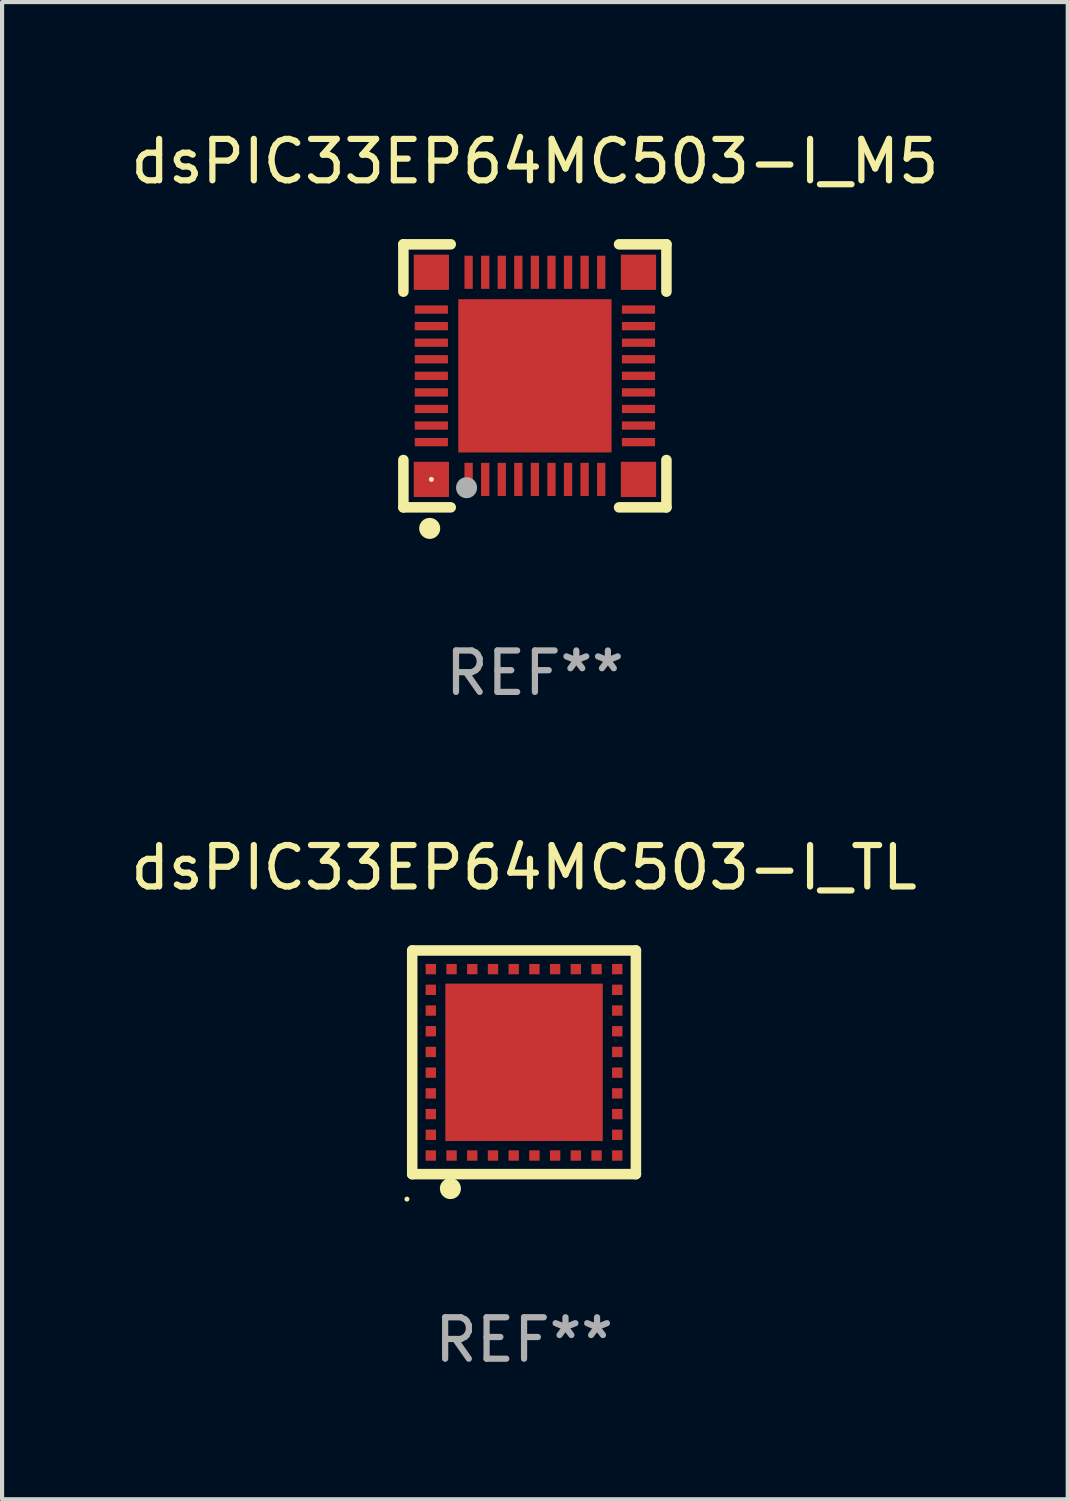
<source format=kicad_pcb>
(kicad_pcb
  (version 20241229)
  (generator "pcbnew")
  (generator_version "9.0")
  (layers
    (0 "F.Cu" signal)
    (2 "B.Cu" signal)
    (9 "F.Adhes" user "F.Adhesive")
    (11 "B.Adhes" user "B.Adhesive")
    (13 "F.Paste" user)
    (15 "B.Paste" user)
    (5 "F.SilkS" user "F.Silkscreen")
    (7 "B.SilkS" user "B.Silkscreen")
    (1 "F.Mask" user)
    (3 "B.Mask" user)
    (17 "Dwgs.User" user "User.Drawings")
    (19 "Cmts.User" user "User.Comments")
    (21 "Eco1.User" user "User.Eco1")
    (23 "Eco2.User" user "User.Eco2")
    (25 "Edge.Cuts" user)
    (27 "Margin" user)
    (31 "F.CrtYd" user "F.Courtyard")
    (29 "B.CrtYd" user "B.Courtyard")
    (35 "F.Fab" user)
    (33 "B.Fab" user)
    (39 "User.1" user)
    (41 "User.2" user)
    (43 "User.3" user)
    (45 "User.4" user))
  (footprint "dsPIC33EP64MC503-I_TL"
    (layer "F.Cu")
    (at 9.601 22.595)
    (property "Reference" "dsPIC33EP64MC503-I_TL" (at 0 -4.7 0) (layer "F.SilkS") (effects (font (size 1 1) (thickness 0.15))))
    (attr through_hole)
    (fp_line (start -2.7 -2.7) (end 2.7 -2.7) (stroke (width 0.254) (type solid)) (layer "F.SilkS"))
    (fp_line (start -2.7 2.7) (end -2.7 -2.7) (stroke (width 0.254) (type solid)) (layer "F.SilkS"))
    (fp_line (start 2.7 -2.7) (end 2.7 2.7) (stroke (width 0.254) (type solid)) (layer "F.SilkS"))
    (fp_line (start 2.7 2.7) (end -2.7 2.7) (stroke (width 0.254) (type solid)) (layer "F.SilkS"))
    (fp_circle (center -2.827 3.302) (end -2.797 3.302) (stroke (width 0.06) (type solid)) (fill no) (layer "F.SilkS"))
    (fp_circle (center -1.778 3.048) (end -1.651 3.048) (stroke (width 0.254) (type solid)) (fill no) (layer "F.SilkS"))
    (fp_text user "REF**" (at 0 6.7 0) (layer "F.Fab") (effects (font (size 1 1) (thickness 0.15))))
    (pad "1" smd rect (at -1.75 2.25) (size 0.25 0.25) (layers "F.Cu" "F.Mask" "F.Paste"))
    (pad "2" smd rect (at -1.25 2.25) (size 0.25 0.25) (layers "F.Cu" "F.Mask" "F.Paste"))
    (pad "3" smd rect (at -0.75 2.25) (size 0.25 0.25) (layers "F.Cu" "F.Mask" "F.Paste"))
    (pad "4" smd rect (at -0.25 2.25) (size 0.25 0.25) (layers "F.Cu" "F.Mask" "F.Paste"))
    (pad "5" smd rect (at 0.25 2.25) (size 0.25 0.25) (layers "F.Cu" "F.Mask" "F.Paste"))
    (pad "6" smd rect (at 0.75 2.25) (size 0.25 0.25) (layers "F.Cu" "F.Mask" "F.Paste"))
    (pad "7" smd rect (at 1.25 2.25) (size 0.25 0.25) (layers "F.Cu" "F.Mask" "F.Paste"))
    (pad "8" smd rect (at 1.75 2.25) (size 0.25 0.25) (layers "F.Cu" "F.Mask" "F.Paste"))
    (pad "9" smd rect (at 2.25 2.25) (size 0.25 0.25) (layers "F.Cu" "F.Mask" "F.Paste"))
    (pad "10" smd rect (at 2.25 1.75) (size 0.25 0.25) (layers "F.Cu" "F.Mask" "F.Paste"))
    (pad "11" smd rect (at 2.25 1.25) (size 0.25 0.25) (layers "F.Cu" "F.Mask" "F.Paste"))
    (pad "12" smd rect (at 2.25 0.75) (size 0.25 0.25) (layers "F.Cu" "F.Mask" "F.Paste"))
    (pad "13" smd rect (at 2.25 0.25) (size 0.25 0.25) (layers "F.Cu" "F.Mask" "F.Paste"))
    (pad "14" smd rect (at 2.25 -0.25) (size 0.25 0.25) (layers "F.Cu" "F.Mask" "F.Paste"))
    (pad "15" smd rect (at 2.25 -0.75) (size 0.25 0.25) (layers "F.Cu" "F.Mask" "F.Paste"))
    (pad "16" smd rect (at 2.25 -1.25) (size 0.25 0.25) (layers "F.Cu" "F.Mask" "F.Paste"))
    (pad "17" smd rect (at 2.25 -1.75) (size 0.25 0.25) (layers "F.Cu" "F.Mask" "F.Paste"))
    (pad "18" smd rect (at 2.25 -2.25) (size 0.25 0.25) (layers "F.Cu" "F.Mask" "F.Paste"))
    (pad "19" smd rect (at 1.75 -2.25) (size 0.25 0.25) (layers "F.Cu" "F.Mask" "F.Paste"))
    (pad "20" smd rect (at 1.25 -2.25) (size 0.25 0.25) (layers "F.Cu" "F.Mask" "F.Paste"))
    (pad "21" smd rect (at 0.75 -2.25) (size 0.25 0.25) (layers "F.Cu" "F.Mask" "F.Paste"))
    (pad "22" smd rect (at 0.25 -2.25) (size 0.25 0.25) (layers "F.Cu" "F.Mask" "F.Paste"))
    (pad "23" smd rect (at -0.25 -2.25) (size 0.25 0.25) (layers "F.Cu" "F.Mask" "F.Paste"))
    (pad "24" smd rect (at -0.75 -2.25) (size 0.25 0.25) (layers "F.Cu" "F.Mask" "F.Paste"))
    (pad "25" smd rect (at -1.25 -2.25) (size 0.25 0.25) (layers "F.Cu" "F.Mask" "F.Paste"))
    (pad "26" smd rect (at -1.75 -2.25) (size 0.25 0.25) (layers "F.Cu" "F.Mask" "F.Paste"))
    (pad "27" smd rect (at -2.25 -2.25) (size 0.25 0.25) (layers "F.Cu" "F.Mask" "F.Paste"))
    (pad "28" smd rect (at -2.25 -1.75) (size 0.25 0.25) (layers "F.Cu" "F.Mask" "F.Paste"))
    (pad "29" smd rect (at -2.25 -1.25) (size 0.25 0.25) (layers "F.Cu" "F.Mask" "F.Paste"))
    (pad "30" smd rect (at -2.25 -0.75) (size 0.25 0.25) (layers "F.Cu" "F.Mask" "F.Paste"))
    (pad "31" smd rect (at -2.25 -0.25) (size 0.25 0.25) (layers "F.Cu" "F.Mask" "F.Paste"))
    (pad "32" smd rect (at -2.25 0.25) (size 0.25 0.25) (layers "F.Cu" "F.Mask" "F.Paste"))
    (pad "33" smd rect (at -2.25 0.75) (size 0.25 0.25) (layers "F.Cu" "F.Mask" "F.Paste"))
    (pad "34" smd rect (at -2.25 1.25) (size 0.25 0.25) (layers "F.Cu" "F.Mask" "F.Paste"))
    (pad "35" smd rect (at -2.25 1.75) (size 0.25 0.25) (layers "F.Cu" "F.Mask" "F.Paste"))
    (pad "36" smd rect (at -2.25 2.25) (size 0.25 0.25) (layers "F.Cu" "F.Mask" "F.Paste"))
    (pad "37" smd rect (at 0.000127 -0.000076) (size 3.8 3.8) (layers "F.Cu" "F.Mask" "F.Paste")))
  (footprint "dsPIC33EP64MC503-I_M5"
    (layer "F.Cu")
    (at 9.863 6.023)
    (property "Reference" "dsPIC33EP64MC503-I_M5" (at 0 -5.175 0) (layer "F.SilkS") (effects (font (size 1 1) (thickness 0.15))))
    (attr through_hole)
    (fp_line (start -3.175 -3.175) (end -2.032 -3.175) (stroke (width 0.254) (type solid)) (layer "F.SilkS"))
    (fp_line (start -3.175 -2.032) (end -3.175 -3.175) (stroke (width 0.254) (type solid)) (layer "F.SilkS"))
    (fp_line (start -3.175 3.175) (end -3.175 2.032) (stroke (width 0.254) (type solid)) (layer "F.SilkS"))
    (fp_line (start -2.032 3.175) (end -3.175 3.175) (stroke (width 0.254) (type solid)) (layer "F.SilkS"))
    (fp_line (start 2.032 -3.175) (end 3.175 -3.175) (stroke (width 0.254) (type solid)) (layer "F.SilkS"))
    (fp_line (start 3.175 -3.175) (end 3.175 -2.032) (stroke (width 0.254) (type solid)) (layer "F.SilkS"))
    (fp_line (start 3.175 2.032) (end 3.175 3.175) (stroke (width 0.254) (type solid)) (layer "F.SilkS"))
    (fp_line (start 3.175 3.175) (end 2.032 3.175) (stroke (width 0.254) (type solid)) (layer "F.SilkS"))
    (fp_circle (center -2.54 3.683) (end -2.413 3.683) (stroke (width 0.254) (type solid)) (fill no) (layer "F.SilkS"))
    (fp_circle (center -2.5 2.5) (end -2.47 2.5) (stroke (width 0.06) (type solid)) (fill no) (layer "F.SilkS"))
    (fp_circle (center -1.65 2.7) (end -1.523 2.7) (stroke (width 0.254) (type solid)) (fill no) (layer "F.Fab"))
    (fp_text user "REF**" (at 0 7.175 0) (layer "F.Fab") (effects (font (size 1 1) (thickness 0.15))))
    (pad "1" smd rect (at -1.6 2.5) (size 0.2 0.8) (layers "F.Cu" "F.Mask" "F.Paste"))
    (pad "2" smd rect (at -1.2 2.5) (size 0.2 0.8) (layers "F.Cu" "F.Mask" "F.Paste"))
    (pad "3" smd rect (at -0.8 2.5) (size 0.2 0.8) (layers "F.Cu" "F.Mask" "F.Paste"))
    (pad "4" smd rect (at -0.4 2.5) (size 0.2 0.8) (layers "F.Cu" "F.Mask" "F.Paste"))
    (pad "5" smd rect (at -0.000051 2.5) (size 0.2 0.8) (layers "F.Cu" "F.Mask" "F.Paste"))
    (pad "6" smd rect (at 0.4 2.5) (size 0.2 0.8) (layers "F.Cu" "F.Mask" "F.Paste"))
    (pad "7" smd rect (at 0.8 2.5) (size 0.2 0.8) (layers "F.Cu" "F.Mask" "F.Paste"))
    (pad "8" smd rect (at 1.2 2.5) (size 0.2 0.8) (layers "F.Cu" "F.Mask" "F.Paste"))
    (pad "9" smd rect (at 1.6 2.5) (size 0.2 0.8) (layers "F.Cu" "F.Mask" "F.Paste"))
    (pad "10" smd rect (at 2.5 1.6 90) (size 0.2 0.8) (layers "F.Cu" "F.Mask" "F.Paste"))
    (pad "11" smd rect (at 2.5 1.2 90) (size 0.2 0.8) (layers "F.Cu" "F.Mask" "F.Paste"))
    (pad "12" smd rect (at 2.5 0.8 90) (size 0.2 0.8) (layers "F.Cu" "F.Mask" "F.Paste"))
    (pad "13" smd rect (at 2.5 0.4 90) (size 0.2 0.8) (layers "F.Cu" "F.Mask" "F.Paste"))
    (pad "14" smd rect (at 2.5 -0.000051 90) (size 0.2 0.8) (layers "F.Cu" "F.Mask" "F.Paste"))
    (pad "15" smd rect (at 2.5 -0.4 90) (size 0.2 0.8) (layers "F.Cu" "F.Mask" "F.Paste"))
    (pad "16" smd rect (at 2.5 -0.8 90) (size 0.2 0.8) (layers "F.Cu" "F.Mask" "F.Paste"))
    (pad "17" smd rect (at 2.5 -1.2 90) (size 0.2 0.8) (layers "F.Cu" "F.Mask" "F.Paste"))
    (pad "18" smd rect (at 2.5 -1.6 90) (size 0.2 0.8) (layers "F.Cu" "F.Mask" "F.Paste"))
    (pad "19" smd rect (at 1.6 -2.5 180) (size 0.2 0.8) (layers "F.Cu" "F.Mask" "F.Paste"))
    (pad "20" smd rect (at 1.2 -2.5 180) (size 0.2 0.8) (layers "F.Cu" "F.Mask" "F.Paste"))
    (pad "21" smd rect (at 0.8 -2.5 180) (size 0.2 0.8) (layers "F.Cu" "F.Mask" "F.Paste"))
    (pad "22" smd rect (at 0.4 -2.5 180) (size 0.2 0.8) (layers "F.Cu" "F.Mask" "F.Paste"))
    (pad "23" smd rect (at -0.000051 -2.5 180) (size 0.2 0.8) (layers "F.Cu" "F.Mask" "F.Paste"))
    (pad "24" smd rect (at -0.4 -2.5 180) (size 0.2 0.8) (layers "F.Cu" "F.Mask" "F.Paste"))
    (pad "25" smd rect (at -0.8 -2.5 180) (size 0.2 0.8) (layers "F.Cu" "F.Mask" "F.Paste"))
    (pad "26" smd rect (at -1.2 -2.5 180) (size 0.2 0.8) (layers "F.Cu" "F.Mask" "F.Paste"))
    (pad "27" smd rect (at -1.6 -2.5 180) (size 0.2 0.8) (layers "F.Cu" "F.Mask" "F.Paste"))
    (pad "28" smd rect (at -2.5 -1.6 270) (size 0.2 0.8) (layers "F.Cu" "F.Mask" "F.Paste"))
    (pad "29" smd rect (at -2.5 -1.2 270) (size 0.2 0.8) (layers "F.Cu" "F.Mask" "F.Paste"))
    (pad "30" smd rect (at -2.5 -0.8 270) (size 0.2 0.8) (layers "F.Cu" "F.Mask" "F.Paste"))
    (pad "31" smd rect (at -2.5 -0.4 270) (size 0.2 0.8) (layers "F.Cu" "F.Mask" "F.Paste"))
    (pad "32" smd rect (at -2.5 -0.000051 270) (size 0.2 0.8) (layers "F.Cu" "F.Mask" "F.Paste"))
    (pad "33" smd rect (at -2.5 0.4 270) (size 0.2 0.8) (layers "F.Cu" "F.Mask" "F.Paste"))
    (pad "34" smd rect (at -2.5 0.8 270) (size 0.2 0.8) (layers "F.Cu" "F.Mask" "F.Paste"))
    (pad "35" smd rect (at -2.5 1.2 270) (size 0.2 0.8) (layers "F.Cu" "F.Mask" "F.Paste"))
    (pad "36" smd rect (at -2.5 1.6 270) (size 0.2 0.8) (layers "F.Cu" "F.Mask" "F.Paste"))
    (pad "37" smd rect (at -2.5 -2.5) (size 0.85 0.85) (layers "F.Cu" "F.Mask" "F.Paste"))
    (pad "37" smd rect (at -2.5 2.5) (size 0.85 0.85) (layers "F.Cu" "F.Mask" "F.Paste"))
    (pad "37" smd rect (at -0.000051 -0.000051) (size 3.7 3.7) (layers "F.Cu" "F.Mask" "F.Paste"))
    (pad "37" smd rect (at 2.5 -2.5) (size 0.85 0.85) (layers "F.Cu" "F.Mask" "F.Paste"))
    (pad "37" smd rect (at 2.5 2.5) (size 0.85 0.85) (layers "F.Cu" "F.Mask" "F.Paste")))
  (gr_rect
    (start -3 -3)
    (end 22.726 33.143)
    (stroke (width 0.1) (type default))
    (fill no)
    (layer "Edge.Cuts")))
</source>
